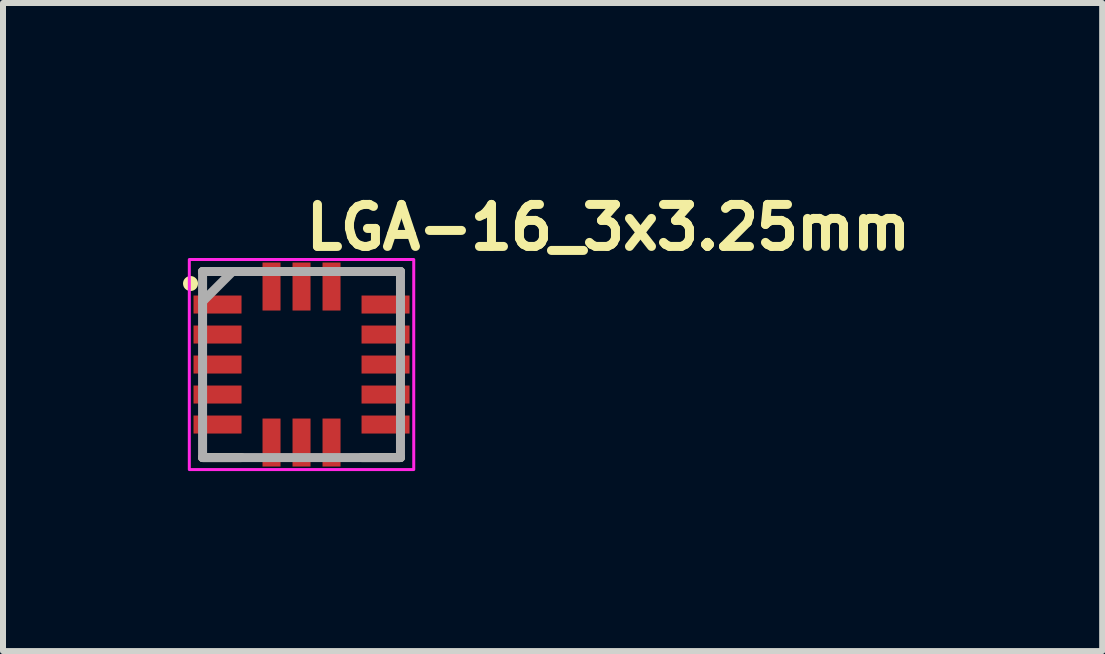
<source format=kicad_pcb>
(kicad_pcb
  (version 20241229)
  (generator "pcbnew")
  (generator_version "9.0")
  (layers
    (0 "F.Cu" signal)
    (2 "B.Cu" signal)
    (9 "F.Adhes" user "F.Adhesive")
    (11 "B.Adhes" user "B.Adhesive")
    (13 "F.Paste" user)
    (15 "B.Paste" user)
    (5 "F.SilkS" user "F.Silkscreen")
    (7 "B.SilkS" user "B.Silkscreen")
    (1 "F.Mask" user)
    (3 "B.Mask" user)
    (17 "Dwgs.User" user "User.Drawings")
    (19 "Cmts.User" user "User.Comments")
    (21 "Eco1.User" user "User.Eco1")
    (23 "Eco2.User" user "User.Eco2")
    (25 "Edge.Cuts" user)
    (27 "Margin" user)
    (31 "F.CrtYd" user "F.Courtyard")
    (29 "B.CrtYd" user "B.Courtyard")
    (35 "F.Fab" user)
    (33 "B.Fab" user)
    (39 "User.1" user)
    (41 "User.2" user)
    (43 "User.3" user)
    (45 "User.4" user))
  (footprint "LGA-16_3x3.25mm"
    (layer "F.Cu")
    (at 1.975 3.025)
    (property "Reference" "LGA-16_3x3.25mm" (at 0 -1.875 0) (layer "F.SilkS") (effects (font (size 0.7 0.7) (thickness 0.15)) (justify left bottom)))
    (attr smd)
    (fp_line (start -1.649 -1.55) (end -1 -1.55) (stroke (width 0.15) (type solid)) (layer "F.SilkS"))
    (fp_line (start -1.649 1.55) (end -1 1.55) (stroke (width 0.15) (type solid)) (layer "F.SilkS"))
    (fp_line (start 1.649 -1.55) (end 1 -1.55) (stroke (width 0.15) (type solid)) (layer "F.SilkS"))
    (fp_line (start 1.649 1.55) (end 1 1.55) (stroke (width 0.15) (type solid)) (layer "F.SilkS"))
    (fp_circle (center -1.85 -1.35) (end -1.8 -1.35) (stroke (width 0.15) (type solid)) (fill yes) (layer "F.SilkS"))
    (fp_rect (start -1.87 -1.75) (end 1.87 1.75) (stroke (width 0.05) (type solid)) (fill no) (layer "F.CrtYd"))
    (fp_line (start -1.649 -1.55) (end 1.649 -1.55) (stroke (width 0.15) (type solid)) (layer "F.Fab"))
    (fp_line (start -1.649 -1.05) (end -1.15 -1.55) (stroke (width 0.15) (type solid)) (layer "F.Fab"))
    (fp_line (start -1.649 1.55) (end -1.649 -1.55) (stroke (width 0.15) (type solid)) (layer "F.Fab"))
    (fp_line (start 1.649 -1.55) (end 1.649 1.55) (stroke (width 0.15) (type solid)) (layer "F.Fab"))
    (fp_line (start 1.649 1.55) (end -1.649 1.55) (stroke (width 0.15) (type solid)) (layer "F.Fab"))
    (fp_rect (start -1.625 -1.5) (end 1.625 1.5) (stroke (width 0.1) (type solid)) (fill no) (layer "User.5"))
    (fp_line (start -1.625 -1.5) (end -1.625 1.5) (stroke (width 0.02) (type solid)) (layer "User.9"))
    (fp_line (start -1.625 1.5) (end 1.625 1.5) (stroke (width 0.02) (type solid)) (layer "User.9"))
    (fp_line (start 1.625 -1.5) (end -1.625 -1.5) (stroke (width 0.02) (type solid)) (layer "User.9"))
    (fp_line (start 1.625 1.5) (end 1.625 -1.5) (stroke (width 0.02) (type solid)) (layer "User.9"))
    (pad "1" smd rect (at -1.4 -1) (size 0.8 0.3) (layers "F.Cu" "F.Mask" "F.Paste"))
    (pad "2" smd rect (at -1.4 -0.5) (size 0.8 0.3) (layers "F.Cu" "F.Mask" "F.Paste"))
    (pad "3" smd rect (at -1.4 0) (size 0.8 0.3) (layers "F.Cu" "F.Mask" "F.Paste"))
    (pad "4" smd rect (at -1.4 0.5) (size 0.8 0.3) (layers "F.Cu" "F.Mask" "F.Paste"))
    (pad "5" smd rect (at -1.4 1) (size 0.8 0.3) (layers "F.Cu" "F.Mask" "F.Paste"))
    (pad "6" smd rect (at -0.5 1.3 90) (size 0.8 0.3) (layers "F.Cu" "F.Mask" "F.Paste"))
    (pad "7" smd rect (at 0 1.3 90) (size 0.8 0.3) (layers "F.Cu" "F.Mask" "F.Paste"))
    (pad "8" smd rect (at 0.5 1.3 90) (size 0.8 0.3) (layers "F.Cu" "F.Mask" "F.Paste"))
    (pad "9" smd rect (at 1.4 1 180) (size 0.8 0.3) (layers "F.Cu" "F.Mask" "F.Paste"))
    (pad "10" smd rect (at 1.4 0.5 180) (size 0.8 0.3) (layers "F.Cu" "F.Mask" "F.Paste"))
    (pad "11" smd rect (at 1.4 0 180) (size 0.8 0.3) (layers "F.Cu" "F.Mask" "F.Paste"))
    (pad "12" smd rect (at 1.4 -0.5 180) (size 0.8 0.3) (layers "F.Cu" "F.Mask" "F.Paste"))
    (pad "13" smd rect (at 1.4 -1 180) (size 0.8 0.3) (layers "F.Cu" "F.Mask" "F.Paste"))
    (pad "14" smd rect (at 0.5 -1.3 270) (size 0.8 0.3) (layers "F.Cu" "F.Mask" "F.Paste"))
    (pad "15" smd rect (at 0 -1.3 270) (size 0.8 0.3) (layers "F.Cu" "F.Mask" "F.Paste"))
    (pad "16" smd rect (at -0.5 -1.3 270) (size 0.8 0.3) (layers "F.Cu" "F.Mask" "F.Paste")))
  (gr_rect
    (start -3 -3)
    (end 15.318 7.8)
    (stroke (width 0.1) (type default))
    (fill no)
    (layer "Edge.Cuts")))
</source>
